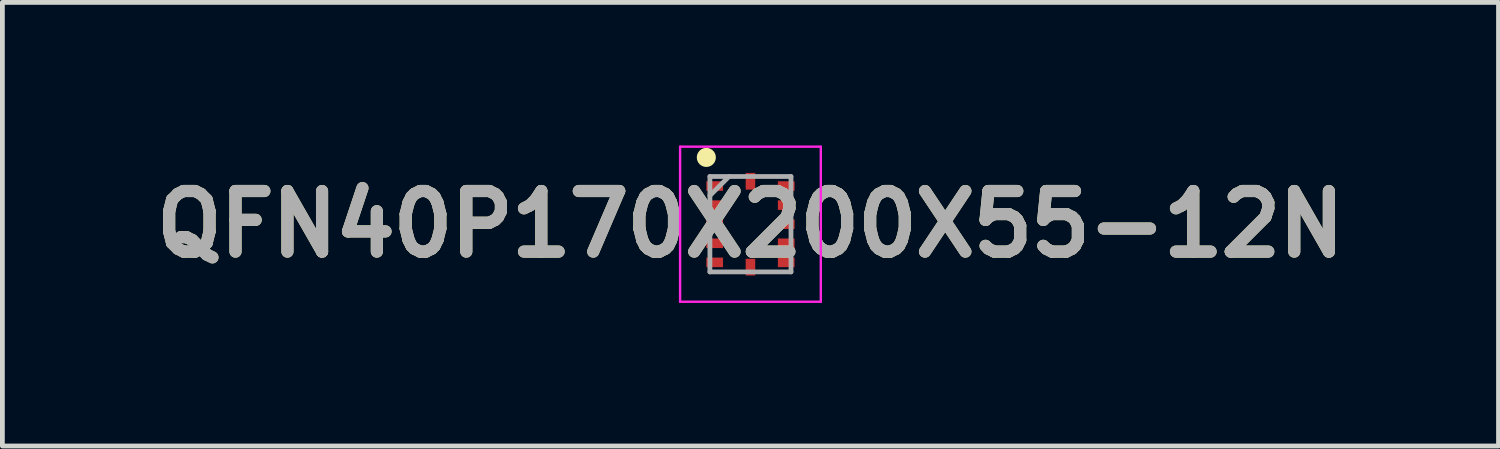
<source format=kicad_pcb>
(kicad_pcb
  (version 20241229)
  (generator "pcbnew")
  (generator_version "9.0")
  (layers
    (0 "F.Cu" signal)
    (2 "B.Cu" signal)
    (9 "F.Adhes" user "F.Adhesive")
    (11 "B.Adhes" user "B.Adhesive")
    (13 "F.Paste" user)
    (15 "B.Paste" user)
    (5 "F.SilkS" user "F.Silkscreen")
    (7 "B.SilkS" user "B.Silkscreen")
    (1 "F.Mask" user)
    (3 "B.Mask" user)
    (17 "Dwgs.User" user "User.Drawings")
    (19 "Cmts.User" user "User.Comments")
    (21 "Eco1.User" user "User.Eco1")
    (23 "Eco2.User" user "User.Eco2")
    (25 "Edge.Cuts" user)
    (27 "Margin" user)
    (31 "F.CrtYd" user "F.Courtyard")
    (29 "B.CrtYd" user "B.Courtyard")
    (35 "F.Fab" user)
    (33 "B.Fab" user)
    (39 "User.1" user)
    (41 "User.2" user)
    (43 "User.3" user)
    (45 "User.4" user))
  (footprint "QFN40P170X200X55-12N"
    (layer "F.Cu")
    (at 12.682 1.65)
    (property "Reference" "QFN40P170X200X55-12N" (at 0 0 0) (layer "F.SilkS") (effects (font (size 1.27 1.27) (thickness 0.254))))
    (attr smd)
    (fp_circle (center -0.925 -1.4) (end -0.925 -1.3) (stroke (width 0.2) (type solid)) (fill no) (layer "F.SilkS"))
    (fp_line (start -1.475 -1.625) (end 1.475 -1.625) (stroke (width 0.05) (type solid)) (layer "F.CrtYd"))
    (fp_line (start -1.475 1.625) (end -1.475 -1.625) (stroke (width 0.05) (type solid)) (layer "F.CrtYd"))
    (fp_line (start 1.475 -1.625) (end 1.475 1.625) (stroke (width 0.05) (type solid)) (layer "F.CrtYd"))
    (fp_line (start 1.475 1.625) (end -1.475 1.625) (stroke (width 0.05) (type solid)) (layer "F.CrtYd"))
    (fp_line (start -0.85 -1) (end 0.85 -1) (stroke (width 0.1) (type solid)) (layer "F.Fab"))
    (fp_line (start -0.85 -0.6) (end -0.45 -1) (stroke (width 0.1) (type solid)) (layer "F.Fab"))
    (fp_line (start -0.85 1) (end -0.85 -1) (stroke (width 0.1) (type solid)) (layer "F.Fab"))
    (fp_line (start 0.85 -1) (end 0.85 1) (stroke (width 0.1) (type solid)) (layer "F.Fab"))
    (fp_line (start 0.85 1) (end -0.85 1) (stroke (width 0.1) (type solid)) (layer "F.Fab"))
    (fp_text user "${REFERENCE}" (at 0 0 0) (layer "F.Fab") (effects (font (size 1.27 1.27) (thickness 0.254))))
    (pad "1" smd rect (at -0.75 -0.8 90) (size 0.2 0.35) (layers "F.Cu" "F.Mask" "F.Paste"))
    (pad "2" smd rect (at -0.75 -0.4 90) (size 0.2 0.35) (layers "F.Cu" "F.Mask" "F.Paste"))
    (pad "3" smd rect (at -0.75 0 90) (size 0.2 0.35) (layers "F.Cu" "F.Mask" "F.Paste"))
    (pad "4" smd rect (at -0.75 0.4 90) (size 0.2 0.35) (layers "F.Cu" "F.Mask" "F.Paste"))
    (pad "5" smd rect (at -0.75 0.8 90) (size 0.2 0.35) (layers "F.Cu" "F.Mask" "F.Paste"))
    (pad "6" smd rect (at 0 0.9) (size 0.2 0.35) (layers "F.Cu" "F.Mask" "F.Paste"))
    (pad "7" smd rect (at 0.75 0.8 90) (size 0.2 0.35) (layers "F.Cu" "F.Mask" "F.Paste"))
    (pad "8" smd rect (at 0.75 0.4 90) (size 0.2 0.35) (layers "F.Cu" "F.Mask" "F.Paste"))
    (pad "9" smd rect (at 0.75 0 90) (size 0.2 0.35) (layers "F.Cu" "F.Mask" "F.Paste"))
    (pad "10" smd rect (at 0.75 -0.4 90) (size 0.2 0.35) (layers "F.Cu" "F.Mask" "F.Paste"))
    (pad "11" smd rect (at 0.75 -0.8 90) (size 0.2 0.35) (layers "F.Cu" "F.Mask" "F.Paste"))
    (pad "12" smd rect (at 0 -0.9) (size 0.2 0.35) (layers "F.Cu" "F.Mask" "F.Paste")))
  (gr_rect
    (start -3 -3)
    (end 28.364 6.3)
    (stroke (width 0.1) (type default))
    (fill no)
    (layer "Edge.Cuts")))
</source>
